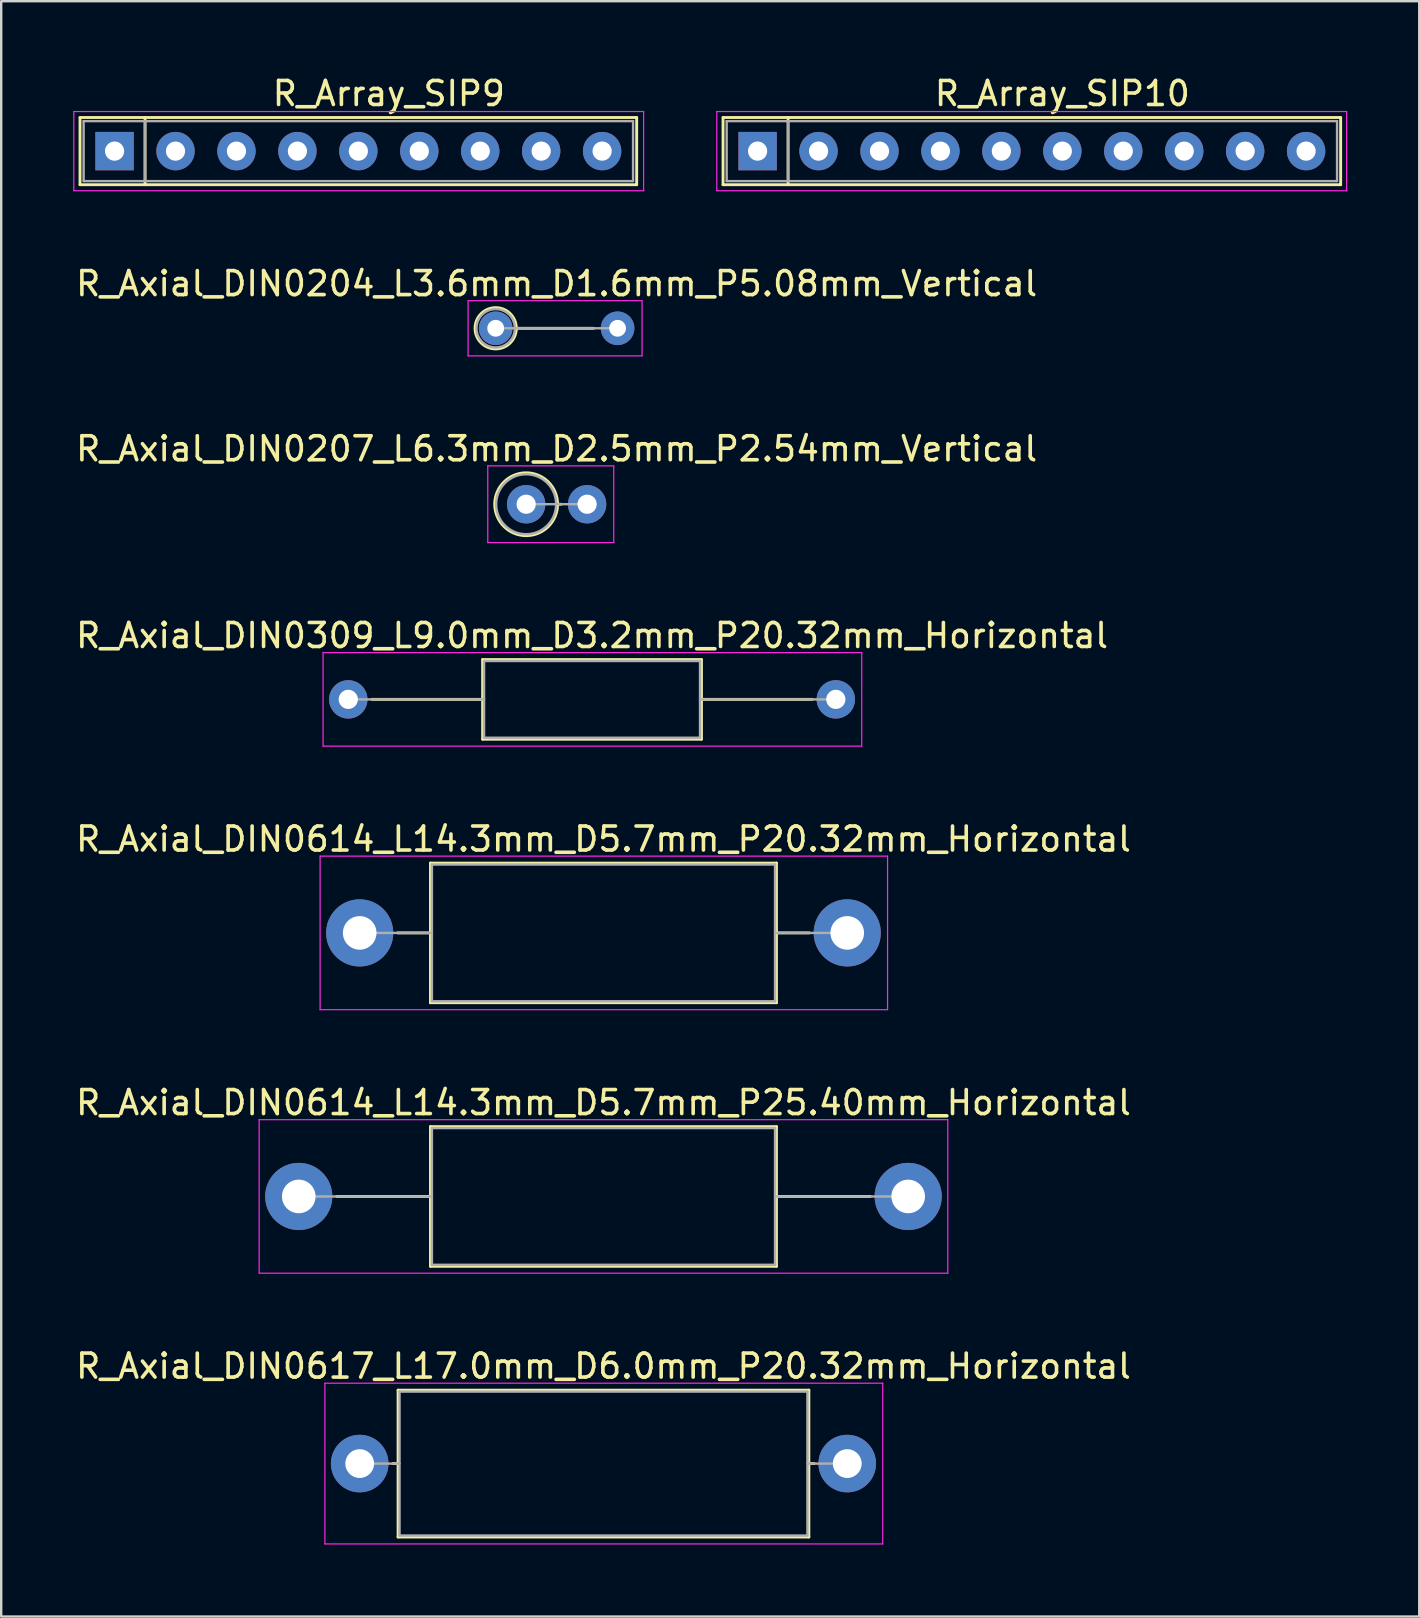
<source format=kicad_pcb>
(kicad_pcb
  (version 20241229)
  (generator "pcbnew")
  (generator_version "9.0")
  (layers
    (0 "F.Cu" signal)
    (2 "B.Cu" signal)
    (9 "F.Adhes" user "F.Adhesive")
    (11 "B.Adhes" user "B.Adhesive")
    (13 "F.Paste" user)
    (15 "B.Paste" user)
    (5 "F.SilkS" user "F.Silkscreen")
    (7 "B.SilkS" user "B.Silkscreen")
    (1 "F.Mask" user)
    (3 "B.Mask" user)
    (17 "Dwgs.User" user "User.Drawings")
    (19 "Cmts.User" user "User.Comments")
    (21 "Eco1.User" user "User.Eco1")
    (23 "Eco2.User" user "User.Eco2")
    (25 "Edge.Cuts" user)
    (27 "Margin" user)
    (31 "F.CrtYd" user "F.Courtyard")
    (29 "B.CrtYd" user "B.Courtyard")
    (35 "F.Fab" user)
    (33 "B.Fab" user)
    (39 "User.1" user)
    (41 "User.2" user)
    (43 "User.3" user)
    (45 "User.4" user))
  (footprint "R_Axial_DIN0207_L6.3mm_D2.5mm_P2.54mm_Vertical"
    (layer "F.Cu")
    (at 18.879 17.965)
    (property "Reference" "R_Axial_DIN0207_L6.3mm_D2.5mm_P2.54mm_Vertical" (at 1.27 -2.31 0) (layer "F.SilkS") (effects (font (size 1 1) (thickness 0.15))))
    (attr through_hole)
    (fp_line (start 1.31 0) (end 1.44 0) (stroke (width 0.12) (type solid)) (layer "F.SilkS"))
    (fp_circle (center 0 0) (end 1.31 0) (stroke (width 0.12) (type solid)) (fill no) (layer "F.SilkS"))
    (fp_line (start -1.6 -1.6) (end -1.6 1.6) (stroke (width 0.05) (type solid)) (layer "F.CrtYd"))
    (fp_line (start -1.6 1.6) (end 3.65 1.6) (stroke (width 0.05) (type solid)) (layer "F.CrtYd"))
    (fp_line (start 3.65 -1.6) (end -1.6 -1.6) (stroke (width 0.05) (type solid)) (layer "F.CrtYd"))
    (fp_line (start 3.65 1.6) (end 3.65 -1.6) (stroke (width 0.05) (type solid)) (layer "F.CrtYd"))
    (fp_line (start 0 0) (end 2.54 0) (stroke (width 0.1) (type solid)) (layer "F.Fab"))
    (fp_circle (center 0 0) (end 1.25 0) (stroke (width 0.1) (type solid)) (fill no) (layer "F.Fab"))
    (pad "1" thru_hole circle (at 0 0) (size 1.6 1.6) (drill 0.8) (layers "*.Cu" "*.Mask"))
    (pad "2" thru_hole oval (at 2.54 0) (size 1.6 1.6) (drill 0.8) (layers "*.Cu" "*.Mask")))
  (footprint "R_Axial_DIN0204_L3.6mm_D1.6mm_P5.08mm_Vertical"
    (layer "F.Cu")
    (at 17.609 10.632)
    (property "Reference" "R_Axial_DIN0204_L3.6mm_D1.6mm_P5.08mm_Vertical" (at 2.54 -1.86 0) (layer "F.SilkS") (effects (font (size 1 1) (thickness 0.15))))
    (attr through_hole)
    (fp_line (start 0.86 0) (end 4.08 0) (stroke (width 0.12) (type solid)) (layer "F.SilkS"))
    (fp_circle (center 0 0) (end 0.86 0) (stroke (width 0.12) (type solid)) (fill no) (layer "F.SilkS"))
    (fp_line (start -1.15 -1.15) (end -1.15 1.15) (stroke (width 0.05) (type solid)) (layer "F.CrtYd"))
    (fp_line (start -1.15 1.15) (end 6.1 1.15) (stroke (width 0.05) (type solid)) (layer "F.CrtYd"))
    (fp_line (start 6.1 -1.15) (end -1.15 -1.15) (stroke (width 0.05) (type solid)) (layer "F.CrtYd"))
    (fp_line (start 6.1 1.15) (end 6.1 -1.15) (stroke (width 0.05) (type solid)) (layer "F.CrtYd"))
    (fp_line (start 0 0) (end 5.08 0) (stroke (width 0.1) (type solid)) (layer "F.Fab"))
    (fp_circle (center 0 0) (end 0.8 0) (stroke (width 0.1) (type solid)) (fill no) (layer "F.Fab"))
    (pad "1" thru_hole circle (at 0 0) (size 1.4 1.4) (drill 0.7) (layers "*.Cu" "*.Mask"))
    (pad "2" thru_hole oval (at 5.08 0) (size 1.4 1.4) (drill 0.7) (layers "*.Cu" "*.Mask")))
  (footprint "R_Axial_DIN0309_L9.0mm_D3.2mm_P20.32mm_Horizontal"
    (layer "F.Cu")
    (at 11.465 26.098)
    (property "Reference" "R_Axial_DIN0309_L9.0mm_D3.2mm_P20.32mm_Horizontal" (at 10.16 -2.66 0) (layer "F.SilkS") (effects (font (size 1 1) (thickness 0.15))))
    (attr through_hole)
    (fp_line (start 0.98 0) (end 5.6 0) (stroke (width 0.12) (type solid)) (layer "F.SilkS"))
    (fp_line (start 5.6 -1.66) (end 5.6 1.66) (stroke (width 0.12) (type solid)) (layer "F.SilkS"))
    (fp_line (start 5.6 1.66) (end 14.72 1.66) (stroke (width 0.12) (type solid)) (layer "F.SilkS"))
    (fp_line (start 14.72 -1.66) (end 5.6 -1.66) (stroke (width 0.12) (type solid)) (layer "F.SilkS"))
    (fp_line (start 14.72 1.66) (end 14.72 -1.66) (stroke (width 0.12) (type solid)) (layer "F.SilkS"))
    (fp_line (start 19.34 0) (end 14.72 0) (stroke (width 0.12) (type solid)) (layer "F.SilkS"))
    (fp_line (start -1.05 -1.95) (end -1.05 1.95) (stroke (width 0.05) (type solid)) (layer "F.CrtYd"))
    (fp_line (start -1.05 1.95) (end 21.4 1.95) (stroke (width 0.05) (type solid)) (layer "F.CrtYd"))
    (fp_line (start 21.4 -1.95) (end -1.05 -1.95) (stroke (width 0.05) (type solid)) (layer "F.CrtYd"))
    (fp_line (start 21.4 1.95) (end 21.4 -1.95) (stroke (width 0.05) (type solid)) (layer "F.CrtYd"))
    (fp_line (start 0 0) (end 5.66 0) (stroke (width 0.1) (type solid)) (layer "F.Fab"))
    (fp_line (start 5.66 -1.6) (end 5.66 1.6) (stroke (width 0.1) (type solid)) (layer "F.Fab"))
    (fp_line (start 5.66 1.6) (end 14.66 1.6) (stroke (width 0.1) (type solid)) (layer "F.Fab"))
    (fp_line (start 14.66 -1.6) (end 5.66 -1.6) (stroke (width 0.1) (type solid)) (layer "F.Fab"))
    (fp_line (start 14.66 1.6) (end 14.66 -1.6) (stroke (width 0.1) (type solid)) (layer "F.Fab"))
    (fp_line (start 20.32 0) (end 14.66 0) (stroke (width 0.1) (type solid)) (layer "F.Fab"))
    (pad "1" thru_hole circle (at 0 0) (size 1.6 1.6) (drill 0.8) (layers "*.Cu" "*.Mask"))
    (pad "2" thru_hole oval (at 20.32 0) (size 1.6 1.6) (drill 0.8) (layers "*.Cu" "*.Mask")))
  (footprint "R_Axial_DIN0614_L14.3mm_D5.7mm_P25.40mm_Horizontal"
    (layer "F.Cu")
    (at 9.401 46.815)
    (property "Reference" "R_Axial_DIN0614_L14.3mm_D5.7mm_P25.40mm_Horizontal" (at 12.7 -3.91 0) (layer "F.SilkS") (effects (font (size 1 1) (thickness 0.15))))
    (attr through_hole)
    (fp_line (start 1.58 0) (end 5.49 0) (stroke (width 0.12) (type solid)) (layer "F.SilkS"))
    (fp_line (start 5.49 -2.91) (end 5.49 2.91) (stroke (width 0.12) (type solid)) (layer "F.SilkS"))
    (fp_line (start 5.49 2.91) (end 19.91 2.91) (stroke (width 0.12) (type solid)) (layer "F.SilkS"))
    (fp_line (start 19.91 -2.91) (end 5.49 -2.91) (stroke (width 0.12) (type solid)) (layer "F.SilkS"))
    (fp_line (start 19.91 2.91) (end 19.91 -2.91) (stroke (width 0.12) (type solid)) (layer "F.SilkS"))
    (fp_line (start 23.82 0) (end 19.91 0) (stroke (width 0.12) (type solid)) (layer "F.SilkS"))
    (fp_line (start -1.65 -3.2) (end -1.65 3.2) (stroke (width 0.05) (type solid)) (layer "F.CrtYd"))
    (fp_line (start -1.65 3.2) (end 27.05 3.2) (stroke (width 0.05) (type solid)) (layer "F.CrtYd"))
    (fp_line (start 27.05 -3.2) (end -1.65 -3.2) (stroke (width 0.05) (type solid)) (layer "F.CrtYd"))
    (fp_line (start 27.05 3.2) (end 27.05 -3.2) (stroke (width 0.05) (type solid)) (layer "F.CrtYd"))
    (fp_line (start 0 0) (end 5.55 0) (stroke (width 0.1) (type solid)) (layer "F.Fab"))
    (fp_line (start 5.55 -2.85) (end 5.55 2.85) (stroke (width 0.1) (type solid)) (layer "F.Fab"))
    (fp_line (start 5.55 2.85) (end 19.85 2.85) (stroke (width 0.1) (type solid)) (layer "F.Fab"))
    (fp_line (start 19.85 -2.85) (end 5.55 -2.85) (stroke (width 0.1) (type solid)) (layer "F.Fab"))
    (fp_line (start 19.85 2.85) (end 19.85 -2.85) (stroke (width 0.1) (type solid)) (layer "F.Fab"))
    (fp_line (start 25.4 0) (end 19.85 0) (stroke (width 0.1) (type solid)) (layer "F.Fab"))
    (pad "1" thru_hole circle (at 0 0) (size 2.8 2.8) (drill 1.4) (layers "*.Cu" "*.Mask"))
    (pad "2" thru_hole oval (at 25.4 0) (size 2.8 2.8) (drill 1.4) (layers "*.Cu" "*.Mask")))
  (footprint "R_Axial_DIN0617_L17.0mm_D6.0mm_P20.32mm_Horizontal"
    (layer "F.Cu")
    (at 11.941 57.948)
    (property "Reference" "R_Axial_DIN0617_L17.0mm_D6.0mm_P20.32mm_Horizontal" (at 10.16 -4.06 0) (layer "F.SilkS") (effects (font (size 1 1) (thickness 0.15))))
    (attr through_hole)
    (fp_line (start 1.38 0) (end 1.6 0) (stroke (width 0.12) (type solid)) (layer "F.SilkS"))
    (fp_line (start 1.6 -3.06) (end 1.6 3.06) (stroke (width 0.12) (type solid)) (layer "F.SilkS"))
    (fp_line (start 1.6 3.06) (end 18.72 3.06) (stroke (width 0.12) (type solid)) (layer "F.SilkS"))
    (fp_line (start 18.72 -3.06) (end 1.6 -3.06) (stroke (width 0.12) (type solid)) (layer "F.SilkS"))
    (fp_line (start 18.72 3.06) (end 18.72 -3.06) (stroke (width 0.12) (type solid)) (layer "F.SilkS"))
    (fp_line (start 18.94 0) (end 18.72 0) (stroke (width 0.12) (type solid)) (layer "F.SilkS"))
    (fp_line (start -1.45 -3.35) (end -1.45 3.35) (stroke (width 0.05) (type solid)) (layer "F.CrtYd"))
    (fp_line (start -1.45 3.35) (end 21.8 3.35) (stroke (width 0.05) (type solid)) (layer "F.CrtYd"))
    (fp_line (start 21.8 -3.35) (end -1.45 -3.35) (stroke (width 0.05) (type solid)) (layer "F.CrtYd"))
    (fp_line (start 21.8 3.35) (end 21.8 -3.35) (stroke (width 0.05) (type solid)) (layer "F.CrtYd"))
    (fp_line (start 0 0) (end 1.66 0) (stroke (width 0.1) (type solid)) (layer "F.Fab"))
    (fp_line (start 1.66 -3) (end 1.66 3) (stroke (width 0.1) (type solid)) (layer "F.Fab"))
    (fp_line (start 1.66 3) (end 18.66 3) (stroke (width 0.1) (type solid)) (layer "F.Fab"))
    (fp_line (start 18.66 -3) (end 1.66 -3) (stroke (width 0.1) (type solid)) (layer "F.Fab"))
    (fp_line (start 18.66 3) (end 18.66 -3) (stroke (width 0.1) (type solid)) (layer "F.Fab"))
    (fp_line (start 20.32 0) (end 18.66 0) (stroke (width 0.1) (type solid)) (layer "F.Fab"))
    (pad "1" thru_hole circle (at 0 0) (size 2.4 2.4) (drill 1.2) (layers "*.Cu" "*.Mask"))
    (pad "2" thru_hole oval (at 20.32 0) (size 2.4 2.4) (drill 1.2) (layers "*.Cu" "*.Mask")))
  (footprint "R_Array_SIP10"
    (layer "F.Cu")
    (at 28.525 3.248)
    (property "Reference" "R_Array_SIP10" (at 12.7 -2.4 0) (layer "F.SilkS") (effects (font (size 1 1) (thickness 0.15))))
    (attr through_hole)
    (fp_line (start -1.44 -1.4) (end -1.44 1.4) (stroke (width 0.12) (type solid)) (layer "F.SilkS"))
    (fp_line (start -1.44 1.4) (end 24.3 1.4) (stroke (width 0.12) (type solid)) (layer "F.SilkS"))
    (fp_line (start 1.27 -1.4) (end 1.27 1.4) (stroke (width 0.12) (type solid)) (layer "F.SilkS"))
    (fp_line (start 24.3 -1.4) (end -1.44 -1.4) (stroke (width 0.12) (type solid)) (layer "F.SilkS"))
    (fp_line (start 24.3 1.4) (end 24.3 -1.4) (stroke (width 0.12) (type solid)) (layer "F.SilkS"))
    (fp_line (start -1.7 -1.65) (end -1.7 1.65) (stroke (width 0.05) (type solid)) (layer "F.CrtYd"))
    (fp_line (start -1.7 1.65) (end 24.55 1.65) (stroke (width 0.05) (type solid)) (layer "F.CrtYd"))
    (fp_line (start 24.55 -1.65) (end -1.7 -1.65) (stroke (width 0.05) (type solid)) (layer "F.CrtYd"))
    (fp_line (start 24.55 1.65) (end 24.55 -1.65) (stroke (width 0.05) (type solid)) (layer "F.CrtYd"))
    (fp_line (start -1.29 -1.25) (end -1.29 1.25) (stroke (width 0.1) (type solid)) (layer "F.Fab"))
    (fp_line (start -1.29 1.25) (end 24.15 1.25) (stroke (width 0.1) (type solid)) (layer "F.Fab"))
    (fp_line (start 1.27 -1.25) (end 1.27 1.25) (stroke (width 0.1) (type solid)) (layer "F.Fab"))
    (fp_line (start 24.15 -1.25) (end -1.29 -1.25) (stroke (width 0.1) (type solid)) (layer "F.Fab"))
    (fp_line (start 24.15 1.25) (end 24.15 -1.25) (stroke (width 0.1) (type solid)) (layer "F.Fab"))
    (pad "1" thru_hole rect (at 0 0) (size 1.6 1.6) (drill 0.8) (layers "*.Cu" "*.Mask"))
    (pad "2" thru_hole oval (at 2.54 0) (size 1.6 1.6) (drill 0.8) (layers "*.Cu" "*.Mask"))
    (pad "3" thru_hole oval (at 5.08 0) (size 1.6 1.6) (drill 0.8) (layers "*.Cu" "*.Mask"))
    (pad "4" thru_hole oval (at 7.62 0) (size 1.6 1.6) (drill 0.8) (layers "*.Cu" "*.Mask"))
    (pad "5" thru_hole oval (at 10.16 0) (size 1.6 1.6) (drill 0.8) (layers "*.Cu" "*.Mask"))
    (pad "6" thru_hole oval (at 12.7 0) (size 1.6 1.6) (drill 0.8) (layers "*.Cu" "*.Mask"))
    (pad "7" thru_hole oval (at 15.24 0) (size 1.6 1.6) (drill 0.8) (layers "*.Cu" "*.Mask"))
    (pad "8" thru_hole oval (at 17.78 0) (size 1.6 1.6) (drill 0.8) (layers "*.Cu" "*.Mask"))
    (pad "9" thru_hole oval (at 20.32 0) (size 1.6 1.6) (drill 0.8) (layers "*.Cu" "*.Mask"))
    (pad "10" thru_hole oval (at 22.86 0) (size 1.6 1.6) (drill 0.8) (layers "*.Cu" "*.Mask")))
  (footprint "R_Array_SIP9"
    (layer "F.Cu")
    (at 1.725 3.248)
    (property "Reference" "R_Array_SIP9" (at 11.43 -2.4 0) (layer "F.SilkS") (effects (font (size 1 1) (thickness 0.15))))
    (attr through_hole)
    (fp_line (start -1.44 -1.4) (end -1.44 1.4) (stroke (width 0.12) (type solid)) (layer "F.SilkS"))
    (fp_line (start -1.44 1.4) (end 21.76 1.4) (stroke (width 0.12) (type solid)) (layer "F.SilkS"))
    (fp_line (start 1.27 -1.4) (end 1.27 1.4) (stroke (width 0.12) (type solid)) (layer "F.SilkS"))
    (fp_line (start 21.76 -1.4) (end -1.44 -1.4) (stroke (width 0.12) (type solid)) (layer "F.SilkS"))
    (fp_line (start 21.76 1.4) (end 21.76 -1.4) (stroke (width 0.12) (type solid)) (layer "F.SilkS"))
    (fp_line (start -1.7 -1.65) (end -1.7 1.65) (stroke (width 0.05) (type solid)) (layer "F.CrtYd"))
    (fp_line (start -1.7 1.65) (end 22.05 1.65) (stroke (width 0.05) (type solid)) (layer "F.CrtYd"))
    (fp_line (start 22.05 -1.65) (end -1.7 -1.65) (stroke (width 0.05) (type solid)) (layer "F.CrtYd"))
    (fp_line (start 22.05 1.65) (end 22.05 -1.65) (stroke (width 0.05) (type solid)) (layer "F.CrtYd"))
    (fp_line (start -1.29 -1.25) (end -1.29 1.25) (stroke (width 0.1) (type solid)) (layer "F.Fab"))
    (fp_line (start -1.29 1.25) (end 21.61 1.25) (stroke (width 0.1) (type solid)) (layer "F.Fab"))
    (fp_line (start 1.27 -1.25) (end 1.27 1.25) (stroke (width 0.1) (type solid)) (layer "F.Fab"))
    (fp_line (start 21.61 -1.25) (end -1.29 -1.25) (stroke (width 0.1) (type solid)) (layer "F.Fab"))
    (fp_line (start 21.61 1.25) (end 21.61 -1.25) (stroke (width 0.1) (type solid)) (layer "F.Fab"))
    (pad "1" thru_hole rect (at 0 0) (size 1.6 1.6) (drill 0.8) (layers "*.Cu" "*.Mask"))
    (pad "2" thru_hole oval (at 2.54 0) (size 1.6 1.6) (drill 0.8) (layers "*.Cu" "*.Mask"))
    (pad "3" thru_hole oval (at 5.08 0) (size 1.6 1.6) (drill 0.8) (layers "*.Cu" "*.Mask"))
    (pad "4" thru_hole oval (at 7.62 0) (size 1.6 1.6) (drill 0.8) (layers "*.Cu" "*.Mask"))
    (pad "5" thru_hole oval (at 10.16 0) (size 1.6 1.6) (drill 0.8) (layers "*.Cu" "*.Mask"))
    (pad "6" thru_hole oval (at 12.7 0) (size 1.6 1.6) (drill 0.8) (layers "*.Cu" "*.Mask"))
    (pad "7" thru_hole oval (at 15.24 0) (size 1.6 1.6) (drill 0.8) (layers "*.Cu" "*.Mask"))
    (pad "8" thru_hole oval (at 17.78 0) (size 1.6 1.6) (drill 0.8) (layers "*.Cu" "*.Mask"))
    (pad "9" thru_hole oval (at 20.32 0) (size 1.6 1.6) (drill 0.8) (layers "*.Cu" "*.Mask")))
  (footprint "R_Axial_DIN0614_L14.3mm_D5.7mm_P20.32mm_Horizontal"
    (layer "F.Cu")
    (at 11.941 35.831)
    (property "Reference" "R_Axial_DIN0614_L14.3mm_D5.7mm_P20.32mm_Horizontal" (at 10.16 -3.91 0) (layer "F.SilkS") (effects (font (size 1 1) (thickness 0.15))))
    (attr through_hole)
    (fp_line (start 1.58 0) (end 2.95 0) (stroke (width 0.12) (type solid)) (layer "F.SilkS"))
    (fp_line (start 2.95 -2.91) (end 2.95 2.91) (stroke (width 0.12) (type solid)) (layer "F.SilkS"))
    (fp_line (start 2.95 2.91) (end 17.37 2.91) (stroke (width 0.12) (type solid)) (layer "F.SilkS"))
    (fp_line (start 17.37 -2.91) (end 2.95 -2.91) (stroke (width 0.12) (type solid)) (layer "F.SilkS"))
    (fp_line (start 17.37 2.91) (end 17.37 -2.91) (stroke (width 0.12) (type solid)) (layer "F.SilkS"))
    (fp_line (start 18.74 0) (end 17.37 0) (stroke (width 0.12) (type solid)) (layer "F.SilkS"))
    (fp_line (start -1.65 -3.2) (end -1.65 3.2) (stroke (width 0.05) (type solid)) (layer "F.CrtYd"))
    (fp_line (start -1.65 3.2) (end 22 3.2) (stroke (width 0.05) (type solid)) (layer "F.CrtYd"))
    (fp_line (start 22 -3.2) (end -1.65 -3.2) (stroke (width 0.05) (type solid)) (layer "F.CrtYd"))
    (fp_line (start 22 3.2) (end 22 -3.2) (stroke (width 0.05) (type solid)) (layer "F.CrtYd"))
    (fp_line (start 0 0) (end 3.01 0) (stroke (width 0.1) (type solid)) (layer "F.Fab"))
    (fp_line (start 3.01 -2.85) (end 3.01 2.85) (stroke (width 0.1) (type solid)) (layer "F.Fab"))
    (fp_line (start 3.01 2.85) (end 17.31 2.85) (stroke (width 0.1) (type solid)) (layer "F.Fab"))
    (fp_line (start 17.31 -2.85) (end 3.01 -2.85) (stroke (width 0.1) (type solid)) (layer "F.Fab"))
    (fp_line (start 17.31 2.85) (end 17.31 -2.85) (stroke (width 0.1) (type solid)) (layer "F.Fab"))
    (fp_line (start 20.32 0) (end 17.31 0) (stroke (width 0.1) (type solid)) (layer "F.Fab"))
    (pad "1" thru_hole circle (at 0 0) (size 2.8 2.8) (drill 1.4) (layers "*.Cu" "*.Mask"))
    (pad "2" thru_hole oval (at 20.32 0) (size 2.8 2.8) (drill 1.4) (layers "*.Cu" "*.Mask")))
  (gr_rect
    (start -3 -3)
    (end 56.1 64.323)
    (stroke (width 0.1) (type default))
    (fill no)
    (layer "Edge.Cuts")))
</source>
